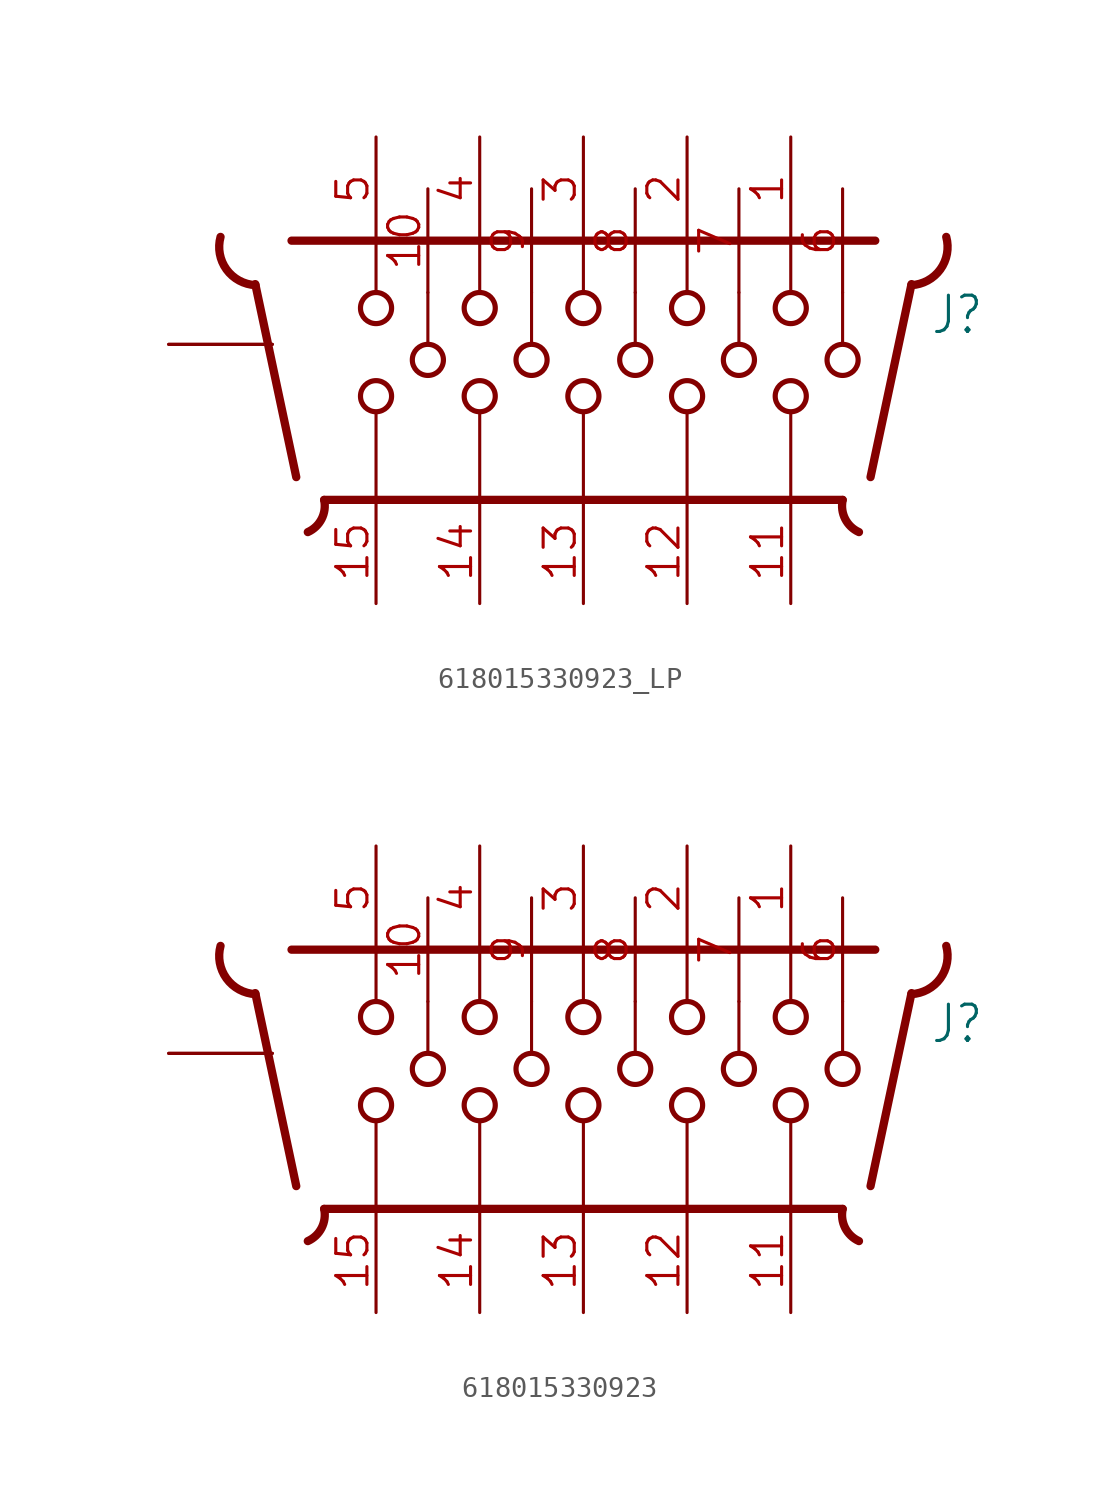
<source format=kicad_sym>
(kicad_symbol_lib
  (version 20241209)
  (generator "kicad_symbol_editor")
  (generator_version "9.0")
  (symbol "618015330923_LP"
    (property "Reference" "J"
      (at 16.993 0.406 0)
      (effects (font (size 1.778 1.511)) (justify left bottom)))
    (property "Value" ""
      (at 16.662 -5.004 0)
      (effects (font (size 1.778 1.511)) (justify left bottom)))
    (property "ki_locked" ""
      (at 0 0 0)
      (effects (font (size 1.27 1.27))))
    (symbol "618015330923_LP_1_0"
      (polyline (pts (xy -16.076 2.95) (xy -14.069 -6.505)) (stroke (width 0.406) (type solid)) (fill (type none)))
      (arc (start -16.0669 2.9006) (mid -17.4886 3.6723) (end -17.7789 5.2636) (stroke (width 0.4064) (type solid)) (fill (type none)))
      (polyline (pts (xy -14.3 5.08) (xy 14.3 5.08)) (stroke (width 0.406) (type solid)) (fill (type none)))
      (arc (start -12.7018 -7.624) (mid -12.8245 -8.5526) (end -13.5023 -9.199) (stroke (width 0.4064) (type solid)) (fill (type none)))
      (polyline (pts (xy -10.16 2.54) (xy -10.16 5.08)) (stroke (width 0.152) (type solid)) (fill (type none)))
      (circle (center -10.16 1.778) (radius 0.762) (stroke (width 0.254) (type solid)) (fill (type none)))
      (circle (center -10.16 -2.54) (radius 0.762) (stroke (width 0.254) (type solid)) (fill (type none)))
      (polyline (pts (xy -10.16 -3.31) (xy -10.16 -7.62)) (stroke (width 0.152) (type solid)) (fill (type none)))
      (polyline (pts (xy -10.16 -7.62) (xy -12.7 -7.62)) (stroke (width 0.406) (type solid)) (fill (type none)))
      (polyline (pts (xy -7.62 0) (xy -7.62 2.54)) (stroke (width 0.152) (type solid)) (fill (type none)))
      (circle (center -7.62 -0.762) (radius 0.762) (stroke (width 0.254) (type solid)) (fill (type none)))
      (polyline (pts (xy -5.08 2.54) (xy -5.08 5.08)) (stroke (width 0.152) (type solid)) (fill (type none)))
      (circle (center -5.08 1.778) (radius 0.762) (stroke (width 0.254) (type solid)) (fill (type none)))
      (circle (center -5.08 -2.54) (radius 0.762) (stroke (width 0.254) (type solid)) (fill (type none)))
      (polyline (pts (xy -5.08 -7.66) (xy -5.08 -3.31)) (stroke (width 0.152) (type solid)) (fill (type none)))
      (polyline (pts (xy -2.54 0) (xy -2.54 2.54)) (stroke (width 0.152) (type solid)) (fill (type none)))
      (circle (center -2.54 -0.762) (radius 0.762) (stroke (width 0.254) (type solid)) (fill (type none)))
      (polyline (pts (xy 0 2.54) (xy 0 5.08)) (stroke (width 0.152) (type solid)) (fill (type none)))
      (circle (center 0 1.778) (radius 0.762) (stroke (width 0.254) (type solid)) (fill (type none)))
      (circle (center 0 -2.54) (radius 0.762) (stroke (width 0.254) (type solid)) (fill (type none)))
      (polyline (pts (xy 0 -7.66) (xy 0 -3.31)) (stroke (width 0.152) (type solid)) (fill (type none)))
      (polyline (pts (xy 2.54 0) (xy 2.54 2.54)) (stroke (width 0.152) (type solid)) (fill (type none)))
      (circle (center 2.54 -0.762) (radius 0.762) (stroke (width 0.254) (type solid)) (fill (type none)))
      (polyline (pts (xy 5.08 2.54) (xy 5.08 5.08)) (stroke (width 0.152) (type solid)) (fill (type none)))
      (circle (center 5.08 1.778) (radius 0.762) (stroke (width 0.254) (type solid)) (fill (type none)))
      (circle (center 5.08 -2.54) (radius 0.762) (stroke (width 0.254) (type solid)) (fill (type none)))
      (polyline (pts (xy 5.08 -7.66) (xy 5.08 -3.31)) (stroke (width 0.152) (type solid)) (fill (type none)))
      (polyline (pts (xy 7.62 0) (xy 7.62 2.54)) (stroke (width 0.152) (type solid)) (fill (type none)))
      (circle (center 7.62 -0.762) (radius 0.762) (stroke (width 0.254) (type solid)) (fill (type none)))
      (polyline (pts (xy 10.16 2.54) (xy 10.16 5.08)) (stroke (width 0.152) (type solid)) (fill (type none)))
      (circle (center 10.16 1.778) (radius 0.762) (stroke (width 0.254) (type solid)) (fill (type none)))
      (circle (center 10.16 -2.54) (radius 0.762) (stroke (width 0.254) (type solid)) (fill (type none)))
      (polyline (pts (xy 10.16 -7.66) (xy 10.16 -3.31)) (stroke (width 0.152) (type solid)) (fill (type none)))
      (polyline (pts (xy 12.7 0) (xy 12.7 2.54)) (stroke (width 0.152) (type solid)) (fill (type none)))
      (circle (center 12.7 -0.762) (radius 0.762) (stroke (width 0.254) (type solid)) (fill (type none)))
      (polyline (pts (xy 12.7 -7.62) (xy -10.16 -7.62)) (stroke (width 0.406) (type solid)) (fill (type none)))
      (arc (start 13.5023 -9.199) (mid 12.8245 -8.5526) (end 12.7018 -7.624) (stroke (width 0.4064) (type solid)) (fill (type none)))
      (arc (start 17.7789 5.2636) (mid 17.4886 3.6723) (end 16.0669 2.9006) (stroke (width 0.4064) (type solid)) (fill (type none)))
      (polyline (pts (xy 16.076 2.95) (xy 14.069 -6.505)) (stroke (width 0.406) (type solid)) (fill (type none)))
      (pin bidirectional line (at -20.32 0 0) (length 5.08) (name "SHIELD" (effects (font (size 0 0)))) (number "SHELL" (effects (font (size 0 0)))))
      (pin bidirectional line (at -20.32 0 0) (length 5.08) (name "SHIELD" (effects (font (size 0 0)))) (number "SHELL1" (effects (font (size 0 0)))))
      (pin bidirectional line (at -10.16 10.16 270) (length 5.08) (name "5" (effects (font (size 0 0)))) (number "5" (effects (font (size 1.524 1.524)))))
      (pin bidirectional line (at -10.16 -12.7 90) (length 5.08) (name "15" (effects (font (size 0 0)))) (number "15" (effects (font (size 1.524 1.524)))))
      (pin bidirectional line (at -7.62 7.62 270) (length 5.08) (name "10" (effects (font (size 0 0)))) (number "10" (effects (font (size 1.524 1.524)))))
      (pin bidirectional line (at -5.08 10.16 270) (length 5.08) (name "4" (effects (font (size 0 0)))) (number "4" (effects (font (size 1.524 1.524)))))
      (pin bidirectional line (at -5.08 -12.7 90) (length 5.08) (name "14" (effects (font (size 0 0)))) (number "14" (effects (font (size 1.524 1.524)))))
      (pin bidirectional line (at -2.54 7.62 270) (length 5.08) (name "9" (effects (font (size 0 0)))) (number "9" (effects (font (size 1.524 1.524)))))
      (pin bidirectional line (at 0 10.16 270) (length 5.08) (name "3" (effects (font (size 0 0)))) (number "3" (effects (font (size 1.524 1.524)))))
      (pin bidirectional line (at 0 -12.7 90) (length 5.08) (name "13" (effects (font (size 0 0)))) (number "13" (effects (font (size 1.524 1.524)))))
      (pin bidirectional line (at 2.54 7.62 270) (length 5.08) (name "8" (effects (font (size 0 0)))) (number "8" (effects (font (size 1.524 1.524)))))
      (pin bidirectional line (at 5.08 10.16 270) (length 5.08) (name "2" (effects (font (size 0 0)))) (number "2" (effects (font (size 1.524 1.524)))))
      (pin bidirectional line (at 5.08 -12.7 90) (length 5.08) (name "12" (effects (font (size 0 0)))) (number "12" (effects (font (size 1.524 1.524)))))
      (pin bidirectional line (at 7.62 7.62 270) (length 5.08) (name "7" (effects (font (size 0 0)))) (number "7" (effects (font (size 1.524 1.524)))))
      (pin bidirectional line (at 10.16 10.16 270) (length 5.08) (name "1" (effects (font (size 0 0)))) (number "1" (effects (font (size 1.524 1.524)))))
      (pin bidirectional line (at 10.16 -12.7 90) (length 5.08) (name "11" (effects (font (size 0 0)))) (number "11" (effects (font (size 1.524 1.524)))))
      (pin bidirectional line (at 12.7 7.62 270) (length 5.08) (name "6" (effects (font (size 0 0)))) (number "6" (effects (font (size 1.524 1.524)))))))
  (symbol "618015330923"
    (property "Reference" "J"
      (at 16.993 0.406 0)
      (effects (font (size 1.778 1.511)) (justify left bottom)))
    (property "Value" ""
      (at 16.662 -5.004 0)
      (effects (font (size 1.778 1.511)) (justify left bottom)))
    (property "ki_locked" ""
      (at 0 0 0)
      (effects (font (size 1.27 1.27))))
    (symbol "618015330923_1_0"
      (polyline (pts (xy -16.076 2.95) (xy -14.069 -6.505)) (stroke (width 0.406) (type solid)) (fill (type none)))
      (arc (start -16.0669 2.9006) (mid -17.4886 3.6723) (end -17.7789 5.2636) (stroke (width 0.4064) (type solid)) (fill (type none)))
      (polyline (pts (xy -14.3 5.08) (xy 14.3 5.08)) (stroke (width 0.406) (type solid)) (fill (type none)))
      (arc (start -12.7018 -7.624) (mid -12.8245 -8.5526) (end -13.5023 -9.199) (stroke (width 0.4064) (type solid)) (fill (type none)))
      (polyline (pts (xy -10.16 2.54) (xy -10.16 5.08)) (stroke (width 0.152) (type solid)) (fill (type none)))
      (circle (center -10.16 1.778) (radius 0.762) (stroke (width 0.254) (type solid)) (fill (type none)))
      (circle (center -10.16 -2.54) (radius 0.762) (stroke (width 0.254) (type solid)) (fill (type none)))
      (polyline (pts (xy -10.16 -3.31) (xy -10.16 -7.62)) (stroke (width 0.152) (type solid)) (fill (type none)))
      (polyline (pts (xy -10.16 -7.62) (xy -12.7 -7.62)) (stroke (width 0.406) (type solid)) (fill (type none)))
      (polyline (pts (xy -7.62 0) (xy -7.62 2.54)) (stroke (width 0.152) (type solid)) (fill (type none)))
      (circle (center -7.62 -0.762) (radius 0.762) (stroke (width 0.254) (type solid)) (fill (type none)))
      (polyline (pts (xy -5.08 2.54) (xy -5.08 5.08)) (stroke (width 0.152) (type solid)) (fill (type none)))
      (circle (center -5.08 1.778) (radius 0.762) (stroke (width 0.254) (type solid)) (fill (type none)))
      (circle (center -5.08 -2.54) (radius 0.762) (stroke (width 0.254) (type solid)) (fill (type none)))
      (polyline (pts (xy -5.08 -7.66) (xy -5.08 -3.31)) (stroke (width 0.152) (type solid)) (fill (type none)))
      (polyline (pts (xy -2.54 0) (xy -2.54 2.54)) (stroke (width 0.152) (type solid)) (fill (type none)))
      (circle (center -2.54 -0.762) (radius 0.762) (stroke (width 0.254) (type solid)) (fill (type none)))
      (polyline (pts (xy 0 2.54) (xy 0 5.08)) (stroke (width 0.152) (type solid)) (fill (type none)))
      (circle (center 0 1.778) (radius 0.762) (stroke (width 0.254) (type solid)) (fill (type none)))
      (circle (center 0 -2.54) (radius 0.762) (stroke (width 0.254) (type solid)) (fill (type none)))
      (polyline (pts (xy 0 -7.66) (xy 0 -3.31)) (stroke (width 0.152) (type solid)) (fill (type none)))
      (polyline (pts (xy 2.54 0) (xy 2.54 2.54)) (stroke (width 0.152) (type solid)) (fill (type none)))
      (circle (center 2.54 -0.762) (radius 0.762) (stroke (width 0.254) (type solid)) (fill (type none)))
      (polyline (pts (xy 5.08 2.54) (xy 5.08 5.08)) (stroke (width 0.152) (type solid)) (fill (type none)))
      (circle (center 5.08 1.778) (radius 0.762) (stroke (width 0.254) (type solid)) (fill (type none)))
      (circle (center 5.08 -2.54) (radius 0.762) (stroke (width 0.254) (type solid)) (fill (type none)))
      (polyline (pts (xy 5.08 -7.66) (xy 5.08 -3.31)) (stroke (width 0.152) (type solid)) (fill (type none)))
      (polyline (pts (xy 7.62 0) (xy 7.62 2.54)) (stroke (width 0.152) (type solid)) (fill (type none)))
      (circle (center 7.62 -0.762) (radius 0.762) (stroke (width 0.254) (type solid)) (fill (type none)))
      (polyline (pts (xy 10.16 2.54) (xy 10.16 5.08)) (stroke (width 0.152) (type solid)) (fill (type none)))
      (circle (center 10.16 1.778) (radius 0.762) (stroke (width 0.254) (type solid)) (fill (type none)))
      (circle (center 10.16 -2.54) (radius 0.762) (stroke (width 0.254) (type solid)) (fill (type none)))
      (polyline (pts (xy 10.16 -7.66) (xy 10.16 -3.31)) (stroke (width 0.152) (type solid)) (fill (type none)))
      (polyline (pts (xy 12.7 0) (xy 12.7 2.54)) (stroke (width 0.152) (type solid)) (fill (type none)))
      (circle (center 12.7 -0.762) (radius 0.762) (stroke (width 0.254) (type solid)) (fill (type none)))
      (polyline (pts (xy 12.7 -7.62) (xy -10.16 -7.62)) (stroke (width 0.406) (type solid)) (fill (type none)))
      (arc (start 13.5023 -9.199) (mid 12.8245 -8.5526) (end 12.7018 -7.624) (stroke (width 0.4064) (type solid)) (fill (type none)))
      (arc (start 17.7789 5.2636) (mid 17.4886 3.6723) (end 16.0669 2.9006) (stroke (width 0.4064) (type solid)) (fill (type none)))
      (polyline (pts (xy 16.076 2.95) (xy 14.069 -6.505)) (stroke (width 0.406) (type solid)) (fill (type none)))
      (pin bidirectional line (at -20.32 0 0) (length 5.08) (name "SHIELD" (effects (font (size 0 0)))) (number "SHELL" (effects (font (size 0 0)))))
      (pin bidirectional line (at -20.32 0 0) (length 5.08) (name "SHIELD" (effects (font (size 0 0)))) (number "SHELL1" (effects (font (size 0 0)))))
      (pin bidirectional line (at -10.16 10.16 270) (length 5.08) (name "5" (effects (font (size 0 0)))) (number "5" (effects (font (size 1.524 1.524)))))
      (pin bidirectional line (at -10.16 -12.7 90) (length 5.08) (name "15" (effects (font (size 0 0)))) (number "15" (effects (font (size 1.524 1.524)))))
      (pin bidirectional line (at -7.62 7.62 270) (length 5.08) (name "10" (effects (font (size 0 0)))) (number "10" (effects (font (size 1.524 1.524)))))
      (pin bidirectional line (at -5.08 10.16 270) (length 5.08) (name "4" (effects (font (size 0 0)))) (number "4" (effects (font (size 1.524 1.524)))))
      (pin bidirectional line (at -5.08 -12.7 90) (length 5.08) (name "14" (effects (font (size 0 0)))) (number "14" (effects (font (size 1.524 1.524)))))
      (pin bidirectional line (at -2.54 7.62 270) (length 5.08) (name "9" (effects (font (size 0 0)))) (number "9" (effects (font (size 1.524 1.524)))))
      (pin bidirectional line (at 0 10.16 270) (length 5.08) (name "3" (effects (font (size 0 0)))) (number "3" (effects (font (size 1.524 1.524)))))
      (pin bidirectional line (at 0 -12.7 90) (length 5.08) (name "13" (effects (font (size 0 0)))) (number "13" (effects (font (size 1.524 1.524)))))
      (pin bidirectional line (at 2.54 7.62 270) (length 5.08) (name "8" (effects (font (size 0 0)))) (number "8" (effects (font (size 1.524 1.524)))))
      (pin bidirectional line (at 5.08 10.16 270) (length 5.08) (name "2" (effects (font (size 0 0)))) (number "2" (effects (font (size 1.524 1.524)))))
      (pin bidirectional line (at 5.08 -12.7 90) (length 5.08) (name "12" (effects (font (size 0 0)))) (number "12" (effects (font (size 1.524 1.524)))))
      (pin bidirectional line (at 7.62 7.62 270) (length 5.08) (name "7" (effects (font (size 0 0)))) (number "7" (effects (font (size 1.524 1.524)))))
      (pin bidirectional line (at 10.16 10.16 270) (length 5.08) (name "1" (effects (font (size 0 0)))) (number "1" (effects (font (size 1.524 1.524)))))
      (pin bidirectional line (at 10.16 -12.7 90) (length 5.08) (name "11" (effects (font (size 0 0)))) (number "11" (effects (font (size 1.524 1.524)))))
      (pin bidirectional line (at 12.7 7.62 270) (length 5.08) (name "6" (effects (font (size 0 0)))) (number "6" (effects (font (size 1.524 1.524))))))))
</source>
